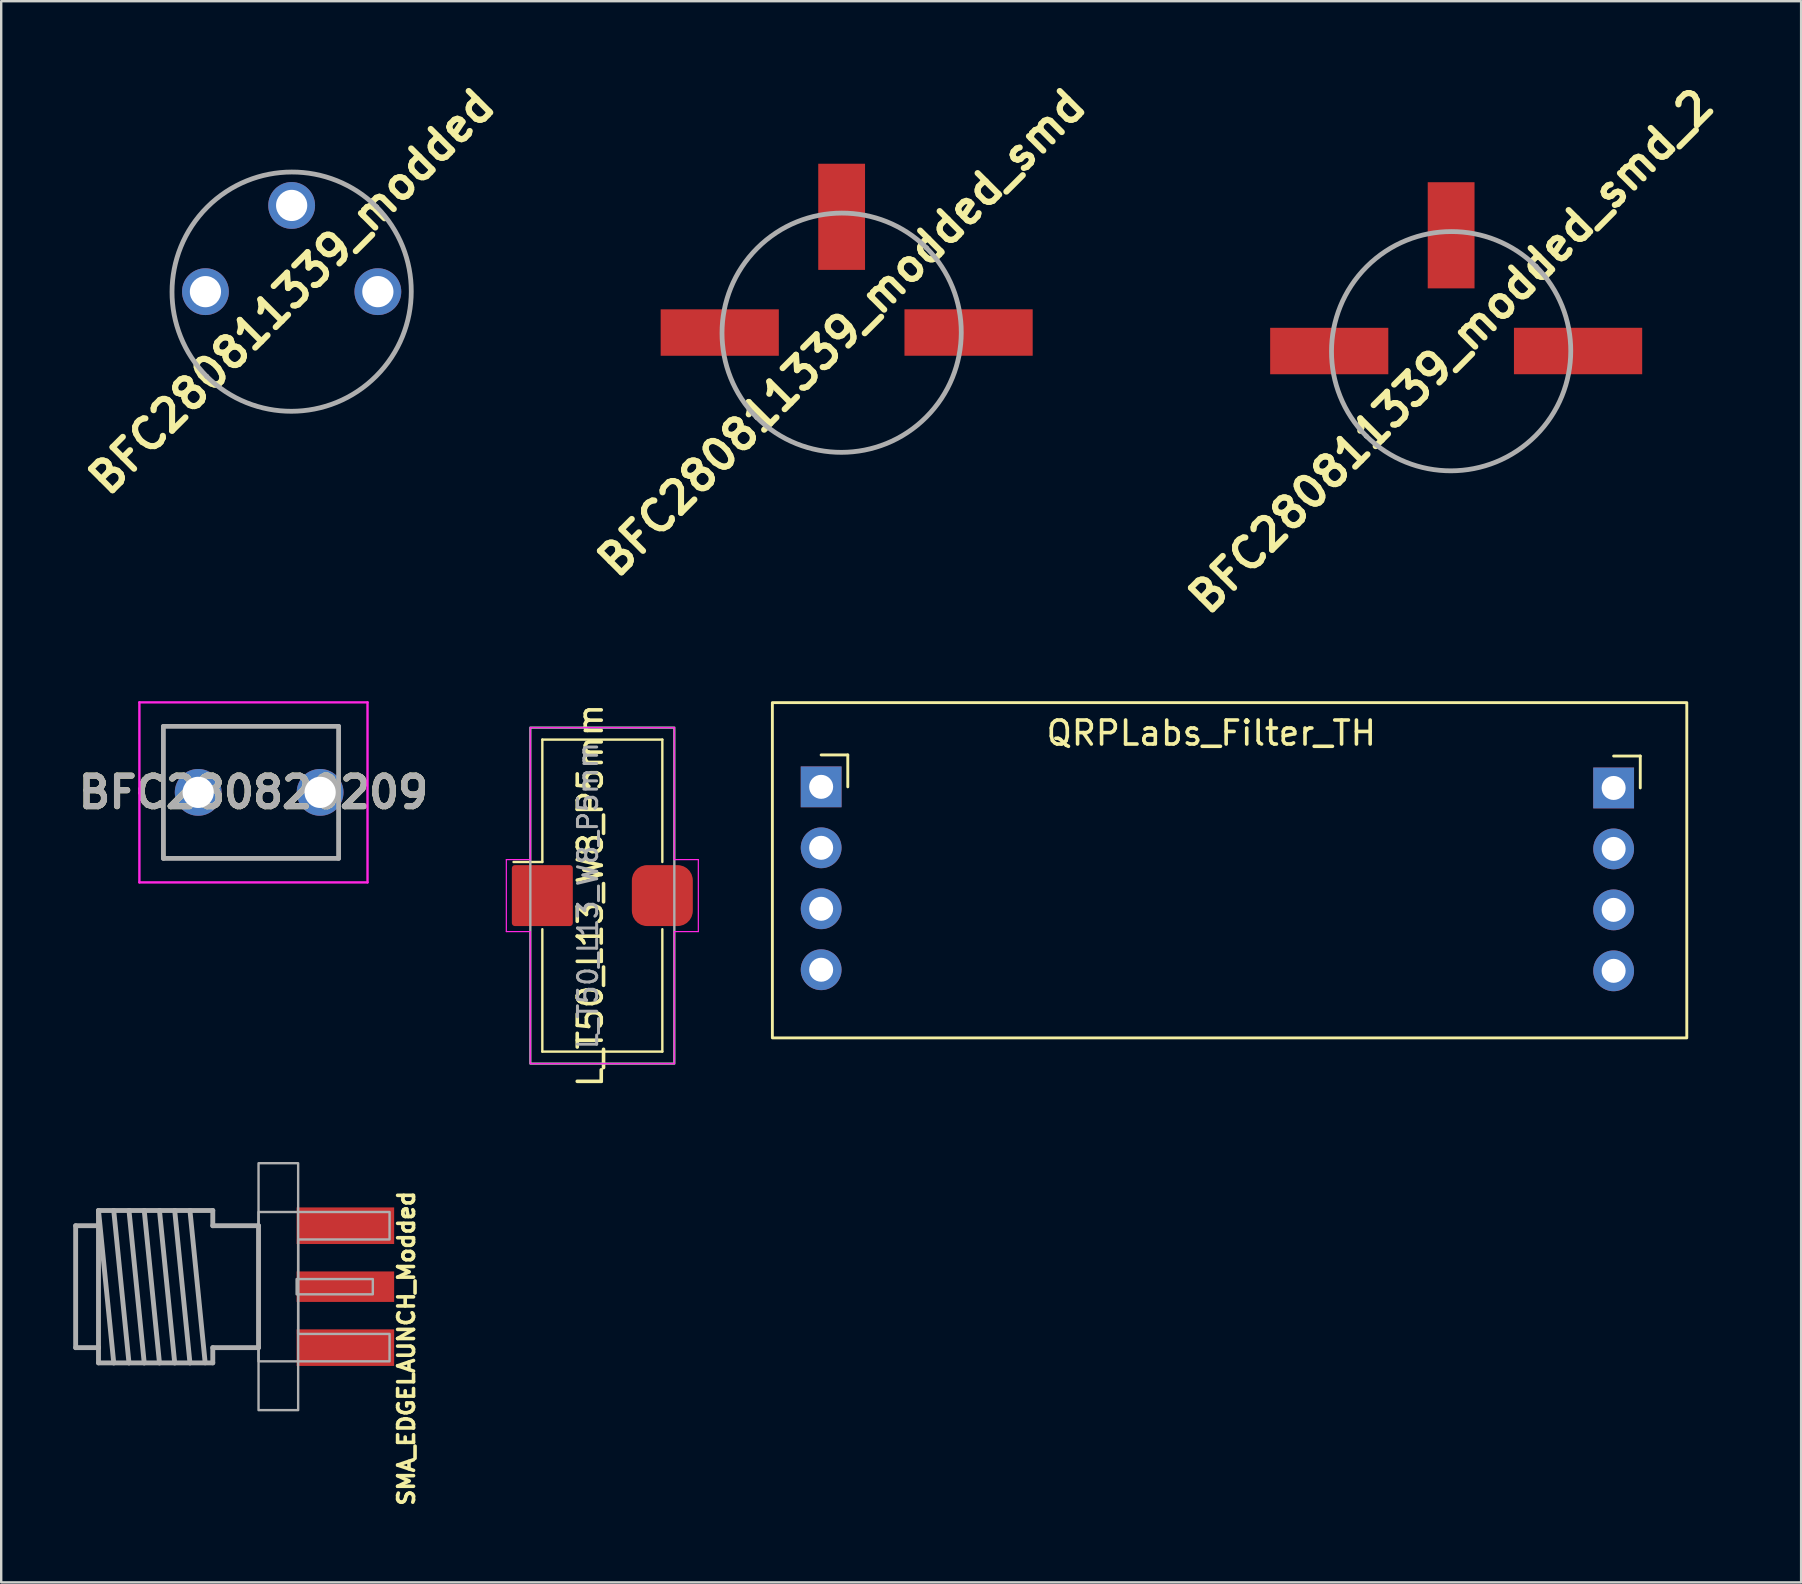
<source format=kicad_pcb>
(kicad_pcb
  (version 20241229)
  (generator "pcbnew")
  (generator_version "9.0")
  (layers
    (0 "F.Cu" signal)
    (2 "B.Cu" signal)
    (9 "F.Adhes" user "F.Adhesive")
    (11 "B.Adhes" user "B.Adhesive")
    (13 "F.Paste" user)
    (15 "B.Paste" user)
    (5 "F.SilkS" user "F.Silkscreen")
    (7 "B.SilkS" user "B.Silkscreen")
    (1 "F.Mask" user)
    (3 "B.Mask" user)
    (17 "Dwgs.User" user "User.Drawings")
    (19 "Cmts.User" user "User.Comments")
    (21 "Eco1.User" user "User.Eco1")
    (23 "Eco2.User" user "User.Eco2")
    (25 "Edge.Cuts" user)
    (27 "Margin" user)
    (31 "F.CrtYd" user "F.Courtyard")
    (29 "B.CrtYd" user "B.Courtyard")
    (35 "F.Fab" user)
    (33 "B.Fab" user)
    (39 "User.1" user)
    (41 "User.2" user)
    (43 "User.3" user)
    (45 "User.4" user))
  (footprint "BFC280820209"
    (layer "F.Cu")
    (at 10.288 29.965)
    (property "Reference" "BFC280820209" (at -2.777 0 0) (layer "F.SilkS") (effects (font (size 1.27 1.27) (thickness 0.254))))
    (attr through_hole)
    (fp_line (start -6.53 -2.75) (end -6.5 2.75) (stroke (width 0.1) (type solid)) (layer "F.SilkS"))
    (fp_line (start -6.5 2.75) (end 0.77 2.75) (stroke (width 0.1) (type solid)) (layer "F.SilkS"))
    (fp_line (start 0.77 -2.75) (end -6.53 -2.75) (stroke (width 0.1) (type solid)) (layer "F.SilkS"))
    (fp_line (start 0.77 -1.25) (end 0.77 -2.75) (stroke (width 0.1) (type solid)) (layer "F.SilkS"))
    (fp_line (start 0.77 2.75) (end 0.75 1.25) (stroke (width 0.1) (type solid)) (layer "F.SilkS"))
    (fp_line (start -7.53 -3.75) (end -7.53 3.75) (stroke (width 0.1) (type solid)) (layer "F.CrtYd"))
    (fp_line (start -7.53 3.75) (end 1.975 3.75) (stroke (width 0.1) (type solid)) (layer "F.CrtYd"))
    (fp_line (start 1.975 -3.75) (end -7.53 -3.75) (stroke (width 0.1) (type solid)) (layer "F.CrtYd"))
    (fp_line (start 1.975 3.75) (end 1.975 -3.75) (stroke (width 0.1) (type solid)) (layer "F.CrtYd"))
    (fp_line (start -6.53 -2.75) (end 0.77 -2.75) (stroke (width 0.2) (type solid)) (layer "F.Fab"))
    (fp_line (start -6.53 2.75) (end -6.53 -2.75) (stroke (width 0.2) (type solid)) (layer "F.Fab"))
    (fp_line (start 0.77 -2.75) (end 0.77 2.75) (stroke (width 0.2) (type solid)) (layer "F.Fab"))
    (fp_line (start 0.77 2.75) (end -6.53 2.75) (stroke (width 0.2) (type solid)) (layer "F.Fab"))
    (fp_text user "${REFERENCE}" (at -2.777 0 0) (layer "F.Fab") (effects (font (size 1.27 1.27) (thickness 0.254))))
    (pad "1" thru_hole circle (at 0 0) (size 1.95 1.95) (drill 1.3) (layers "*.Cu" "*.Mask"))
    (pad "2" thru_hole circle (at -5.08 0) (size 1.95 1.95) (drill 1.3) (layers "*.Cu" "*.Mask")))
  (footprint "L_T50_L13_W8_P5mm"
    (layer "F.Cu")
    (at 22.047 34.266)
    (property "Reference" "L_T50_L13_W8_P5mm" (at -0.5 0 90) (unlocked yes) (layer "F.SilkS") (effects (font (size 1 1) (thickness 0.15))))
    (property "Value" "${VALUE}" (at 0.6 0 90) (unlocked yes) (layer "F.Fab") (hide yes) (effects (font (size 0.8 0.8) (thickness 0.15))))
    (attr through_hole)
    (fp_line (start -2.5 -6.5) (end 2.5 -6.5) (stroke (width 0.1) (type default)) (layer "F.SilkS"))
    (fp_line (start -2.5 -1.4) (end -3.7 -1.4) (stroke (width 0.1) (type default)) (layer "F.SilkS"))
    (fp_line (start -2.5 -1.4) (end -2.5 -6.5) (stroke (width 0.1) (type default)) (layer "F.SilkS"))
    (fp_line (start -2.5 1.4) (end -2.5 6.5) (stroke (width 0.1) (type default)) (layer "F.SilkS"))
    (fp_line (start -2.5 6.5) (end 2.5 6.5) (stroke (width 0.1) (type default)) (layer "F.SilkS"))
    (fp_line (start 2.5 -6.5) (end 2.5 -1.4) (stroke (width 0.1) (type default)) (layer "F.SilkS"))
    (fp_line (start 2.5 6.5) (end 2.5 1.4) (stroke (width 0.1) (type default)) (layer "F.SilkS"))
    (fp_line (start -4 -1.5) (end -4 1.5) (stroke (width 0.05) (type default)) (layer "F.CrtYd"))
    (fp_line (start -4 1.5) (end -3 1.5) (stroke (width 0.05) (type default)) (layer "F.CrtYd"))
    (fp_line (start -3 -7) (end -3 -1.5) (stroke (width 0.05) (type default)) (layer "F.CrtYd"))
    (fp_line (start -3 -7) (end 3 -7) (stroke (width 0.05) (type default)) (layer "F.CrtYd"))
    (fp_line (start -3 -1.5) (end -4 -1.5) (stroke (width 0.05) (type default)) (layer "F.CrtYd"))
    (fp_line (start -3 1.5) (end -3 7) (stroke (width 0.05) (type default)) (layer "F.CrtYd"))
    (fp_line (start -3 7) (end 3 7) (stroke (width 0.05) (type default)) (layer "F.CrtYd"))
    (fp_line (start 3 -7) (end 3 -1.5) (stroke (width 0.05) (type default)) (layer "F.CrtYd"))
    (fp_line (start 3 -1.5) (end 4 -1.5) (stroke (width 0.05) (type default)) (layer "F.CrtYd"))
    (fp_line (start 3 7) (end 3 1.5) (stroke (width 0.05) (type default)) (layer "F.CrtYd"))
    (fp_line (start 4 -1.5) (end 4 1.5) (stroke (width 0.05) (type default)) (layer "F.CrtYd"))
    (fp_line (start 4 1.5) (end 3 1.5) (stroke (width 0.05) (type default)) (layer "F.CrtYd"))
    (fp_rect (start -3 -7) (end 3 7) (stroke (width 0.1) (type solid)) (fill no) (layer "F.Fab"))
    (fp_text user "${REFERENCE}" (at -0.6 0 90) (unlocked yes) (layer "F.Fab") (effects (font (size 0.8 0.8) (thickness 0.125))))
    (pad "1" smd roundrect (at -2.5 0 90) (size 2.54 2.54) (layers "F.Cu" "F.Mask" "F.Paste") (roundrect_rratio 0.05))
    (pad "2" smd roundrect (at 2.5 0) (size 2.54 2.54) (layers "F.Cu" "F.Mask" "F.Paste") (roundrect_rratio 0.25)))
  (footprint "BFC280811339_modded_smd_2"
    (layer "F.Cu")
    (at 54.873 9.043)
    (property "Reference" "BFC280811339_modded_smd_2" (at 2.54 2.54 45) (layer "F.SilkS") (effects (font (size 1.27 1.27) (thickness 0.254))))
    (attr through_hole)
    (fp_line (start -0.996 6.076) (end -0.996 6.076) (stroke (width 0.1) (type solid)) (layer "F.SilkS"))
    (fp_line (start 6.076 -0.996) (end 6.076 -0.996) (stroke (width 0.1) (type solid)) (layer "F.SilkS"))
    (fp_arc (start -0.995537 6.075527) (mid -0.995527 -0.995537) (end 6.075537 -0.995527) (stroke (width 0.1) (type solid)) (layer "F.SilkS"))
    (fp_arc (start 6.075537 -0.995527) (mid 6.075527 6.075537) (end -0.995537 6.075527) (stroke (width 0.1) (type solid)) (layer "F.SilkS"))
    (fp_line (start -0.996 6.076) (end -0.996 6.076) (stroke (width 0.2) (type solid)) (layer "F.Fab"))
    (fp_line (start 6.076 -0.996) (end 6.076 -0.996) (stroke (width 0.2) (type solid)) (layer "F.Fab"))
    (fp_arc (start -0.995537 6.075527) (mid -0.995527 -0.995537) (end 6.075537 -0.995527) (stroke (width 0.2) (type solid)) (layer "F.Fab"))
    (fp_arc (start 6.075537 -0.995527) (mid 6.075527 6.075537) (end -0.995537 6.075527) (stroke (width 0.2) (type solid)) (layer "F.Fab"))
    (pad "1" smd rect (at -2.539 2.533) (size 4.923 1.935) (layers "F.Cu" "F.Mask" "F.Paste"))
    (pad "2" smd rect (at 2.54 -2.289) (size 1.95 4.423) (layers "F.Cu" "F.Mask" "F.Paste"))
    (pad "3" smd rect (at 7.829 2.532) (size 5.343 1.935) (layers "F.Cu" "F.Mask" "F.Paste")))
  (footprint "SMA_EDGELAUNCH_Modded"
    (layer "F.Cu")
    (at 9.309 50.561)
    (property "Reference" "SMA_EDGELAUNCH_Modded" (at 4.572 -4.064 90) (layer "F.SilkS") (effects (font (size 0.663 0.663) (thickness 0.15)) (justify right)))
    (fp_line (start -9.207 -2.54) (end -8.255 -2.54) (stroke (width 0.203) (type solid)) (layer "F.Fab"))
    (fp_line (start -9.207 2.54) (end -9.207 -2.54) (stroke (width 0.203) (type solid)) (layer "F.Fab"))
    (fp_line (start -8.255 -3.175) (end -7.62 -3.175) (stroke (width 0.203) (type solid)) (layer "F.Fab"))
    (fp_line (start -8.255 -3.175) (end -7.62 3.175) (stroke (width 0.203) (type solid)) (layer "F.Fab"))
    (fp_line (start -8.255 -2.54) (end -8.255 -3.175) (stroke (width 0.203) (type solid)) (layer "F.Fab"))
    (fp_line (start -8.255 -2.54) (end -8.255 2.54) (stroke (width 0.203) (type solid)) (layer "F.Fab"))
    (fp_line (start -8.255 2.54) (end -9.207 2.54) (stroke (width 0.203) (type solid)) (layer "F.Fab"))
    (fp_line (start -8.255 3.175) (end -8.255 2.54) (stroke (width 0.203) (type solid)) (layer "F.Fab"))
    (fp_line (start -7.62 -3.175) (end -6.985 -3.175) (stroke (width 0.203) (type solid)) (layer "F.Fab"))
    (fp_line (start -7.62 -3.175) (end -6.985 3.175) (stroke (width 0.203) (type solid)) (layer "F.Fab"))
    (fp_line (start -7.62 3.175) (end -8.255 3.175) (stroke (width 0.203) (type solid)) (layer "F.Fab"))
    (fp_line (start -6.985 -3.175) (end -6.35 -3.175) (stroke (width 0.203) (type solid)) (layer "F.Fab"))
    (fp_line (start -6.985 -3.175) (end -6.35 3.175) (stroke (width 0.203) (type solid)) (layer "F.Fab"))
    (fp_line (start -6.985 3.175) (end -7.62 3.175) (stroke (width 0.203) (type solid)) (layer "F.Fab"))
    (fp_line (start -6.35 -3.175) (end -5.715 -3.175) (stroke (width 0.203) (type solid)) (layer "F.Fab"))
    (fp_line (start -6.35 -3.175) (end -5.715 3.175) (stroke (width 0.203) (type solid)) (layer "F.Fab"))
    (fp_line (start -6.35 3.175) (end -6.985 3.175) (stroke (width 0.203) (type solid)) (layer "F.Fab"))
    (fp_line (start -5.715 -3.175) (end -5.08 -3.175) (stroke (width 0.203) (type solid)) (layer "F.Fab"))
    (fp_line (start -5.715 -3.175) (end -5.08 3.175) (stroke (width 0.203) (type solid)) (layer "F.Fab"))
    (fp_line (start -5.715 3.175) (end -6.35 3.175) (stroke (width 0.203) (type solid)) (layer "F.Fab"))
    (fp_line (start -5.08 -3.175) (end -4.445 -3.175) (stroke (width 0.203) (type solid)) (layer "F.Fab"))
    (fp_line (start -5.08 -3.175) (end -4.445 3.175) (stroke (width 0.203) (type solid)) (layer "F.Fab"))
    (fp_line (start -5.08 3.175) (end -5.715 3.175) (stroke (width 0.203) (type solid)) (layer "F.Fab"))
    (fp_line (start -4.445 -3.175) (end -3.81 3.175) (stroke (width 0.203) (type solid)) (layer "F.Fab"))
    (fp_line (start -4.445 -3.175) (end -3.493 -3.175) (stroke (width 0.203) (type solid)) (layer "F.Fab"))
    (fp_line (start -4.445 3.175) (end -5.08 3.175) (stroke (width 0.203) (type solid)) (layer "F.Fab"))
    (fp_line (start -3.493 -3.175) (end -3.493 -2.54) (stroke (width 0.203) (type solid)) (layer "F.Fab"))
    (fp_line (start -3.493 -2.54) (end -1.587 -2.54) (stroke (width 0.203) (type solid)) (layer "F.Fab"))
    (fp_line (start -3.493 2.54) (end -3.493 3.175) (stroke (width 0.203) (type solid)) (layer "F.Fab"))
    (fp_line (start -3.493 3.175) (end -4.445 3.175) (stroke (width 0.203) (type solid)) (layer "F.Fab"))
    (fp_line (start -1.587 -2.54) (end -1.587 2.54) (stroke (width 0.203) (type solid)) (layer "F.Fab"))
    (fp_line (start -1.587 2.54) (end -3.493 2.54) (stroke (width 0.203) (type solid)) (layer "F.Fab"))
    (fp_poly (pts (xy 0 0.318) (xy 3.175 0.318) (xy 3.175 -0.318) (xy 0 -0.318)) (stroke (width 0.1) (type default)) (fill no) (layer "F.Fab"))
    (fp_poly (pts (xy 0.064 5.144) (xy -1.587 5.144) (xy -1.587 -5.144) (xy 0.064 -5.144)) (stroke (width 0.1) (type default)) (fill no) (layer "F.Fab"))
    (fp_poly (pts (xy 3.873 -1.968) (xy 0.064 -1.968) (xy 0.064 1.968) (xy 3.873 1.968) (xy 3.873 3.111) (xy -1.587 3.111) (xy -1.587 -3.111) (xy 3.873 -3.111)) (stroke (width 0.1) (type default)) (fill no) (layer "F.Fab"))
    (pad "1" smd rect (at 2.032 0 90) (size 1.27 4.064) (layers "F.Cu" "F.Mask"))
    (pad "2" smd rect (at 2.032 -2.54 90) (size 1.524 4.064) (layers "F.Cu" "F.Mask"))
    (pad "2" smd rect (at 2.032 2.54 90) (size 1.524 4.064) (layers "F.Cu" "F.Mask")))
  (footprint "BFC280811339_modded"
    (layer "F.Cu")
    (at 6.562 6.562)
    (property "Reference" "BFC280811339_modded" (at 2.54 2.54 45) (layer "F.SilkS") (effects (font (size 1.27 1.27) (thickness 0.254))))
    (attr through_hole)
    (fp_line (start -0.996 6.076) (end -0.996 6.076) (stroke (width 0.1) (type solid)) (layer "F.SilkS"))
    (fp_line (start 6.076 -0.996) (end 6.076 -0.996) (stroke (width 0.1) (type solid)) (layer "F.SilkS"))
    (fp_arc (start -0.995537 6.075527) (mid -0.995527 -0.995537) (end 6.075537 -0.995527) (stroke (width 0.1) (type solid)) (layer "F.SilkS"))
    (fp_arc (start 6.075537 -0.995527) (mid 6.075527 6.075537) (end -0.995537 6.075527) (stroke (width 0.1) (type solid)) (layer "F.SilkS"))
    (fp_line (start -0.996 6.076) (end -0.996 6.076) (stroke (width 0.2) (type solid)) (layer "F.Fab"))
    (fp_line (start 6.076 -0.996) (end 6.076 -0.996) (stroke (width 0.2) (type solid)) (layer "F.Fab"))
    (fp_arc (start -0.995537 6.075527) (mid -0.995527 -0.995537) (end 6.075537 -0.995527) (stroke (width 0.2) (type solid)) (layer "F.Fab"))
    (fp_arc (start 6.075537 -0.995527) (mid 6.075527 6.075537) (end -0.995537 6.075527) (stroke (width 0.2) (type solid)) (layer "F.Fab"))
    (pad "1" thru_hole circle (at -1.052 2.54 225) (size 1.95 1.95) (drill 1.3) (layers "*.Cu" "*.Mask"))
    (pad "2" thru_hole circle (at 2.54 -1.052 225) (size 1.95 1.95) (drill 1.3) (layers "*.Cu" "*.Mask"))
    (pad "3" thru_hole circle (at 6.132 2.54 225) (size 1.95 1.95) (drill 1.3) (layers "*.Cu" "*.Mask")))
  (footprint "QRPLabs_Filter_TH"
    (layer "F.Cu")
    (at 41.324 35.115)
    (property "Reference" "QRPLabs_Filter_TH" (at 6.096 -7.62 0) (unlocked yes) (layer "F.SilkS") (effects (font (size 1 1) (thickness 0.15))))
    (attr through_hole)
    (fp_line (start -10.16 -6.71) (end -9.05 -6.71) (stroke (width 0.12) (type solid)) (layer "F.SilkS"))
    (fp_line (start -9.05 -6.71) (end -9.05 -5.38) (stroke (width 0.12) (type solid)) (layer "F.SilkS"))
    (fp_line (start 22.86 -6.664) (end 23.97 -6.664) (stroke (width 0.12) (type solid)) (layer "F.SilkS"))
    (fp_line (start 23.97 -6.664) (end 23.97 -5.334) (stroke (width 0.12) (type solid)) (layer "F.SilkS"))
    (fp_rect (start 25.908 5.08) (end -12.192 -8.89) (stroke (width 0.12) (type solid)) (fill no) (layer "F.SilkS"))
    (fp_line (start -10.16 -5.08) (end -10.16 -5.68) (stroke (width 0.1) (type solid)) (layer "F.Fab"))
    (fp_line (start -10.16 -2.54) (end -10.16 -3.14) (stroke (width 0.1) (type solid)) (layer "F.Fab"))
    (fp_line (start -10.16 0) (end -10.16 -0.6) (stroke (width 0.1) (type solid)) (layer "F.Fab"))
    (fp_line (start -10.16 2.54) (end -10.16 1.94) (stroke (width 0.1) (type solid)) (layer "F.Fab"))
    (fp_line (start 22.86 -5.034) (end 22.86 -5.634) (stroke (width 0.1) (type solid)) (layer "F.Fab"))
    (fp_line (start 22.86 -2.494) (end 22.86 -3.094) (stroke (width 0.1) (type solid)) (layer "F.Fab"))
    (fp_line (start 22.86 0.046) (end 22.86 -0.554) (stroke (width 0.1) (type solid)) (layer "F.Fab"))
    (fp_line (start 22.86 2.586) (end 22.86 1.986) (stroke (width 0.1) (type solid)) (layer "F.Fab"))
    (pad "1" thru_hole rect (at -10.16 -5.38) (size 1.7 1.7) (drill 1) (layers "*.Cu" "*.Mask"))
    (pad "2" thru_hole oval (at -10.16 -2.84) (size 1.7 1.7) (drill 1) (layers "*.Cu" "*.Mask"))
    (pad "3" thru_hole oval (at -10.16 -0.3) (size 1.7 1.7) (drill 1) (layers "*.Cu" "*.Mask"))
    (pad "4" thru_hole oval (at -10.16 2.24) (size 1.7 1.7) (drill 1) (layers "*.Cu" "*.Mask"))
    (pad "5" thru_hole oval (at 22.86 2.286) (size 1.7 1.7) (drill 1) (layers "*.Cu" "*.Mask"))
    (pad "6" thru_hole oval (at 22.86 -0.254) (size 1.7 1.7) (drill 1) (layers "*.Cu" "*.Mask"))
    (pad "7" thru_hole oval (at 22.86 -2.794) (size 1.7 1.7) (drill 1) (layers "*.Cu" "*.Mask"))
    (pad "8" thru_hole rect (at 22.86 -5.334) (size 1.7 1.7) (drill 1) (layers "*.Cu" "*.Mask")))
  (footprint "BFC280811339_modded_smd"
    (layer "F.Cu")
    (at 29.478 8.273)
    (property "Reference" "BFC280811339_modded_smd" (at 2.54 2.54 45) (layer "F.SilkS") (effects (font (size 1.27 1.27) (thickness 0.254))))
    (attr through_hole)
    (fp_line (start -0.996 6.076) (end -0.996 6.076) (stroke (width 0.1) (type solid)) (layer "F.SilkS"))
    (fp_line (start 6.076 -0.996) (end 6.076 -0.996) (stroke (width 0.1) (type solid)) (layer "F.SilkS"))
    (fp_arc (start -0.995537 6.075527) (mid -0.995527 -0.995537) (end 6.075537 -0.995527) (stroke (width 0.1) (type solid)) (layer "F.SilkS"))
    (fp_arc (start 6.075537 -0.995527) (mid 6.075527 6.075537) (end -0.995537 6.075527) (stroke (width 0.1) (type solid)) (layer "F.SilkS"))
    (fp_line (start -0.996 6.076) (end -0.996 6.076) (stroke (width 0.2) (type solid)) (layer "F.Fab"))
    (fp_line (start 6.076 -0.996) (end 6.076 -0.996) (stroke (width 0.2) (type solid)) (layer "F.Fab"))
    (fp_arc (start -0.995537 6.075527) (mid -0.995527 -0.995537) (end 6.075537 -0.995527) (stroke (width 0.2) (type solid)) (layer "F.Fab"))
    (fp_arc (start 6.075537 -0.995527) (mid 6.075527 6.075537) (end -0.995537 6.075527) (stroke (width 0.2) (type solid)) (layer "F.Fab"))
    (pad "1" smd rect (at -2.539 2.533) (size 4.923 1.935) (layers "F.Cu" "F.Mask" "F.Paste"))
    (pad "2" smd rect (at 2.54 -2.289) (size 1.95 4.423) (layers "F.Cu" "F.Mask" "F.Paste"))
    (pad "3" smd rect (at 7.829 2.532) (size 5.343 1.935) (layers "F.Cu" "F.Mask" "F.Paste")))
  (gr_rect
    (start -3 -3)
    (end 71.996 62.882)
    (stroke (width 0.1) (type default))
    (fill no)
    (layer "Edge.Cuts")))
</source>
